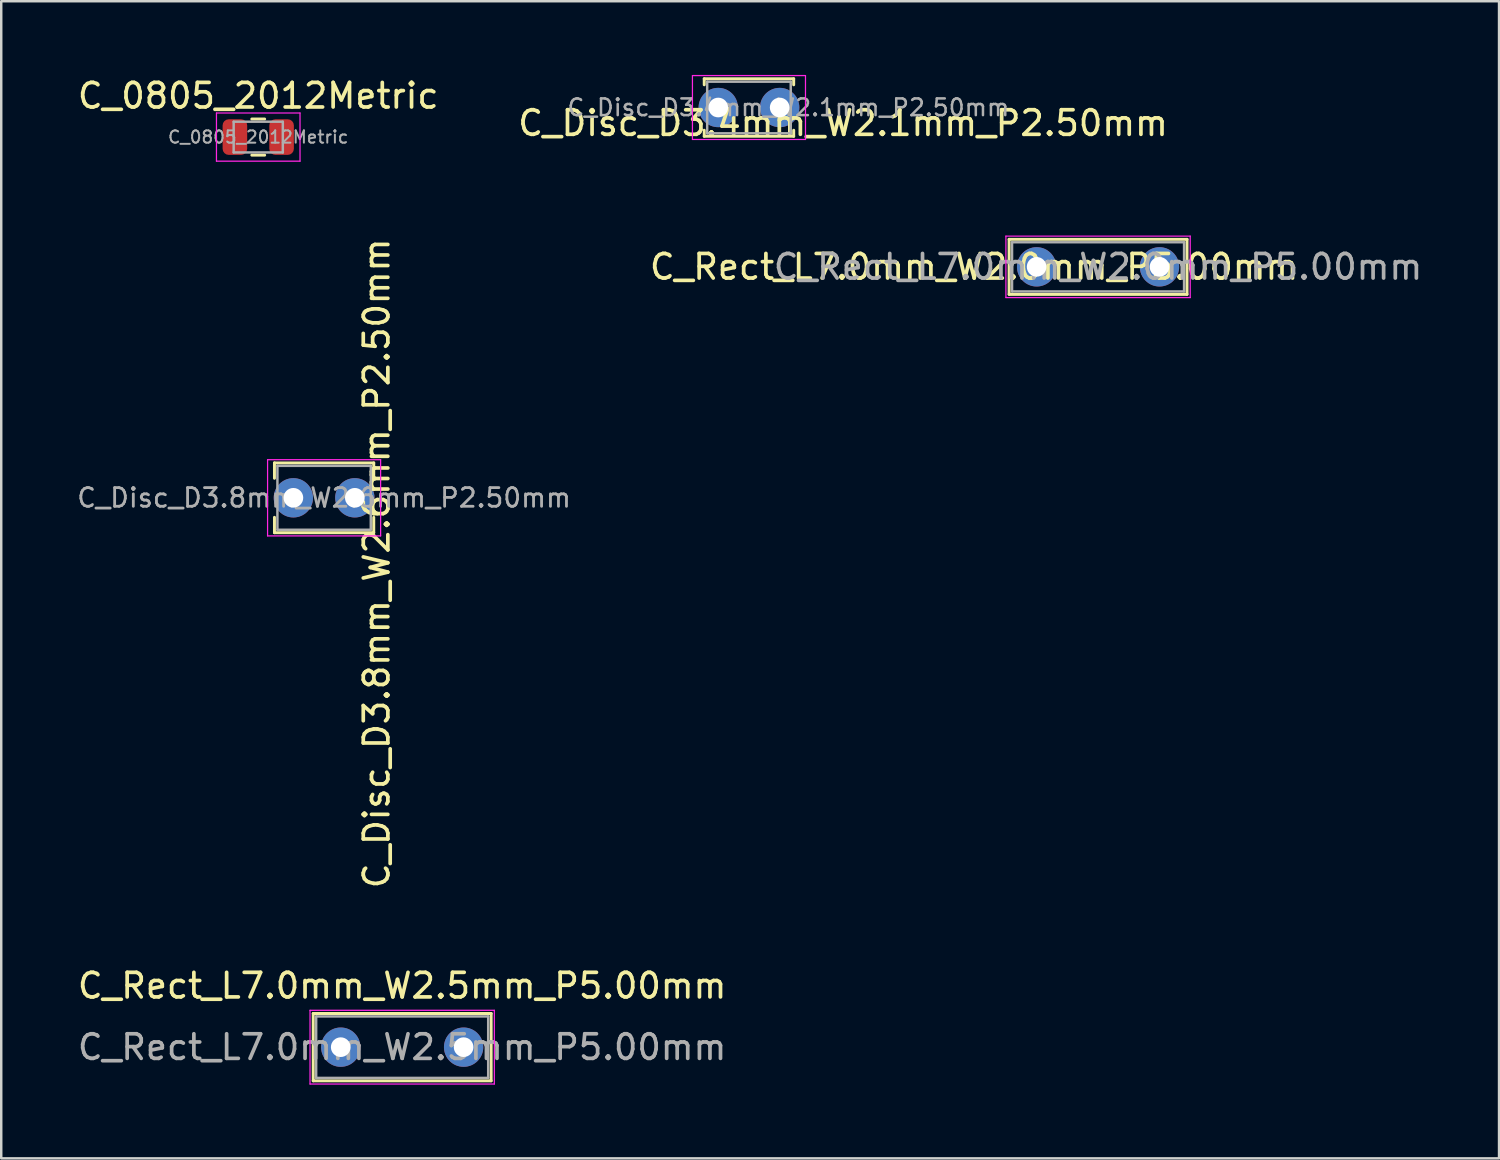
<source format=kicad_pcb>
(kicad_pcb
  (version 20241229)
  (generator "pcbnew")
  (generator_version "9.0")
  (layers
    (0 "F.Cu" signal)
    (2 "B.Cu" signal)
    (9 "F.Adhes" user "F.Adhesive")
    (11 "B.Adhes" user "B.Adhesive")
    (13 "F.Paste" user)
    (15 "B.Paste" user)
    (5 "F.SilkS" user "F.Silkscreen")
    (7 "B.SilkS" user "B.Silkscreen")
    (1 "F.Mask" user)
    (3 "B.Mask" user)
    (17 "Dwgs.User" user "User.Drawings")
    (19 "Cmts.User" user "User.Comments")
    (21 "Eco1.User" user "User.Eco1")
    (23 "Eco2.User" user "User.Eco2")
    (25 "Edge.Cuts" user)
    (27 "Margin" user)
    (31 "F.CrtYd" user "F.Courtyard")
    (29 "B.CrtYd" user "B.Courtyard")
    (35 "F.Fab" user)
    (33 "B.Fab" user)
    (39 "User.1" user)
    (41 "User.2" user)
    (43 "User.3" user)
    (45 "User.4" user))
  (footprint "C_Rect_L7.0mm_W2.0mm_P5.00mm"
    (layer "F.Cu")
    (at 39.131 7.808)
    (property "Reference" "C_Rect_L7.0mm_W2.0mm_P5.00mm" (at -2.54 0 0) (layer "F.SilkS") (effects (font (size 1 1) (thickness 0.15))))
    (attr through_hole)
    (fp_line (start -1.12 -1.12) (end -1.12 1.12) (stroke (width 0.12) (type solid)) (layer "F.SilkS"))
    (fp_line (start -1.12 -1.12) (end 6.12 -1.12) (stroke (width 0.12) (type solid)) (layer "F.SilkS"))
    (fp_line (start -1.12 1.12) (end 6.12 1.12) (stroke (width 0.12) (type solid)) (layer "F.SilkS"))
    (fp_line (start 6.12 -1.12) (end 6.12 1.12) (stroke (width 0.12) (type solid)) (layer "F.SilkS"))
    (fp_line (start -1.25 -1.25) (end -1.25 1.25) (stroke (width 0.05) (type solid)) (layer "F.CrtYd"))
    (fp_line (start -1.25 1.25) (end 6.25 1.25) (stroke (width 0.05) (type solid)) (layer "F.CrtYd"))
    (fp_line (start 6.25 -1.25) (end -1.25 -1.25) (stroke (width 0.05) (type solid)) (layer "F.CrtYd"))
    (fp_line (start 6.25 1.25) (end 6.25 -1.25) (stroke (width 0.05) (type solid)) (layer "F.CrtYd"))
    (fp_line (start -1 -1) (end -1 1) (stroke (width 0.1) (type solid)) (layer "F.Fab"))
    (fp_line (start -1 1) (end 6 1) (stroke (width 0.1) (type solid)) (layer "F.Fab"))
    (fp_line (start 6 -1) (end -1 -1) (stroke (width 0.1) (type solid)) (layer "F.Fab"))
    (fp_line (start 6 1) (end 6 -1) (stroke (width 0.1) (type solid)) (layer "F.Fab"))
    (fp_text user "${REFERENCE}" (at 2.5 0 0) (layer "F.Fab") (effects (font (size 1 1) (thickness 0.15))))
    (pad "1" thru_hole circle (at 0 0) (size 1.6 1.6) (drill 0.8) (layers "*.Cu" "*.Mask"))
    (pad "2" thru_hole circle (at 5 0) (size 1.6 1.6) (drill 0.8) (layers "*.Cu" "*.Mask")))
  (footprint "C_Rect_L7.0mm_W2.5mm_P5.00mm"
    (layer "F.Cu")
    (at 10.815 39.56)
    (property "Reference" "C_Rect_L7.0mm_W2.5mm_P5.00mm" (at 2.5 -2.5 180) (layer "F.SilkS") (effects (font (size 1 1) (thickness 0.15))))
    (attr through_hole)
    (fp_line (start -1.12 -1.37) (end -1.12 1.37) (stroke (width 0.12) (type solid)) (layer "F.SilkS"))
    (fp_line (start -1.12 -1.37) (end 6.12 -1.37) (stroke (width 0.12) (type solid)) (layer "F.SilkS"))
    (fp_line (start -1.12 1.37) (end 6.12 1.37) (stroke (width 0.12) (type solid)) (layer "F.SilkS"))
    (fp_line (start 6.12 -1.37) (end 6.12 1.37) (stroke (width 0.12) (type solid)) (layer "F.SilkS"))
    (fp_line (start -1.25 -1.5) (end -1.25 1.5) (stroke (width 0.05) (type solid)) (layer "F.CrtYd"))
    (fp_line (start -1.25 1.5) (end 6.25 1.5) (stroke (width 0.05) (type solid)) (layer "F.CrtYd"))
    (fp_line (start 6.25 -1.5) (end -1.25 -1.5) (stroke (width 0.05) (type solid)) (layer "F.CrtYd"))
    (fp_line (start 6.25 1.5) (end 6.25 -1.5) (stroke (width 0.05) (type solid)) (layer "F.CrtYd"))
    (fp_line (start -1 -1.25) (end -1 1.25) (stroke (width 0.1) (type solid)) (layer "F.Fab"))
    (fp_line (start -1 1.25) (end 6 1.25) (stroke (width 0.1) (type solid)) (layer "F.Fab"))
    (fp_line (start 6 -1.25) (end -1 -1.25) (stroke (width 0.1) (type solid)) (layer "F.Fab"))
    (fp_line (start 6 1.25) (end 6 -1.25) (stroke (width 0.1) (type solid)) (layer "F.Fab"))
    (fp_text user "${REFERENCE}" (at 2.5 0 180) (layer "F.Fab") (effects (font (size 1 1) (thickness 0.15))))
    (pad "1" thru_hole circle (at 0 0) (size 1.6 1.6) (drill 0.8) (layers "*.Cu" "*.Mask"))
    (pad "2" thru_hole circle (at 5 0) (size 1.6 1.6) (drill 0.8) (layers "*.Cu" "*.Mask")))
  (footprint "C_0805_2012Metric"
    (layer "F.Cu")
    (at 7.458 2.528)
    (property "Reference" "C_0805_2012Metric" (at 0 -1.68 180) (layer "F.SilkS") (effects (font (size 1 1) (thickness 0.15))))
    (attr smd)
    (fp_line (start -0.261 -0.735) (end 0.261 -0.735) (stroke (width 0.12) (type solid)) (layer "F.SilkS"))
    (fp_line (start -0.261 0.735) (end 0.261 0.735) (stroke (width 0.12) (type solid)) (layer "F.SilkS"))
    (fp_line (start -1.7 -0.98) (end 1.7 -0.98) (stroke (width 0.05) (type solid)) (layer "F.CrtYd"))
    (fp_line (start -1.7 0.98) (end -1.7 -0.98) (stroke (width 0.05) (type solid)) (layer "F.CrtYd"))
    (fp_line (start 1.7 -0.98) (end 1.7 0.98) (stroke (width 0.05) (type solid)) (layer "F.CrtYd"))
    (fp_line (start 1.7 0.98) (end -1.7 0.98) (stroke (width 0.05) (type solid)) (layer "F.CrtYd"))
    (fp_line (start -1 -0.625) (end 1 -0.625) (stroke (width 0.1) (type solid)) (layer "F.Fab"))
    (fp_line (start -1 0.625) (end -1 -0.625) (stroke (width 0.1) (type solid)) (layer "F.Fab"))
    (fp_line (start 1 -0.625) (end 1 0.625) (stroke (width 0.1) (type solid)) (layer "F.Fab"))
    (fp_line (start 1 0.625) (end -1 0.625) (stroke (width 0.1) (type solid)) (layer "F.Fab"))
    (fp_text user "${REFERENCE}" (at 0 0 180) (layer "F.Fab") (effects (font (size 0.5 0.5) (thickness 0.08))))
    (pad "1" smd roundrect (at -0.95 0) (size 1 1.45) (layers "F.Cu" "F.Mask" "F.Paste") (roundrect_rratio 0.25))
    (pad "2" smd roundrect (at 0.95 0) (size 1 1.45) (layers "F.Cu" "F.Mask" "F.Paste") (roundrect_rratio 0.25)))
  (footprint "C_Disc_D3.4mm_W2.1mm_P2.50mm"
    (layer "F.Cu")
    (at 26.176 1.325)
    (property "Reference" "C_Disc_D3.4mm_W2.1mm_P2.50mm" (at 5.08 0.635 180) (layer "F.SilkS") (effects (font (size 1 1) (thickness 0.15))))
    (attr through_hole)
    (fp_line (start -0.57 -1.17) (end -0.57 -0.925) (stroke (width 0.12) (type solid)) (layer "F.SilkS"))
    (fp_line (start -0.57 -1.17) (end 3.07 -1.17) (stroke (width 0.12) (type solid)) (layer "F.SilkS"))
    (fp_line (start -0.57 0.925) (end -0.57 1.17) (stroke (width 0.12) (type solid)) (layer "F.SilkS"))
    (fp_line (start -0.57 1.17) (end 3.07 1.17) (stroke (width 0.12) (type solid)) (layer "F.SilkS"))
    (fp_line (start 3.07 -1.17) (end 3.07 -0.925) (stroke (width 0.12) (type solid)) (layer "F.SilkS"))
    (fp_line (start 3.07 0.925) (end 3.07 1.17) (stroke (width 0.12) (type solid)) (layer "F.SilkS"))
    (fp_line (start -1.05 -1.3) (end -1.05 1.3) (stroke (width 0.05) (type solid)) (layer "F.CrtYd"))
    (fp_line (start -1.05 1.3) (end 3.55 1.3) (stroke (width 0.05) (type solid)) (layer "F.CrtYd"))
    (fp_line (start 3.55 -1.3) (end -1.05 -1.3) (stroke (width 0.05) (type solid)) (layer "F.CrtYd"))
    (fp_line (start 3.55 1.3) (end 3.55 -1.3) (stroke (width 0.05) (type solid)) (layer "F.CrtYd"))
    (fp_line (start -0.45 -1.05) (end -0.45 1.05) (stroke (width 0.1) (type solid)) (layer "F.Fab"))
    (fp_line (start -0.45 1.05) (end 2.95 1.05) (stroke (width 0.1) (type solid)) (layer "F.Fab"))
    (fp_line (start 2.95 -1.05) (end -0.45 -1.05) (stroke (width 0.1) (type solid)) (layer "F.Fab"))
    (fp_line (start 2.95 1.05) (end 2.95 -1.05) (stroke (width 0.1) (type solid)) (layer "F.Fab"))
    (fp_text user "${REFERENCE}" (at 2.855 0 180) (layer "F.Fab") (effects (font (size 0.68 0.68) (thickness 0.102))))
    (pad "1" thru_hole circle (at 0 0) (size 1.6 1.6) (drill 0.8) (layers "*.Cu" "*.Mask"))
    (pad "2" thru_hole circle (at 2.5 0) (size 1.6 1.6) (drill 0.8) (layers "*.Cu" "*.Mask")))
  (footprint "C_Disc_D3.8mm_W2.6mm_P2.50mm"
    (layer "F.Cu")
    (at 8.888 17.206)
    (property "Reference" "C_Disc_D3.8mm_W2.6mm_P2.50mm" (at 3.389 2.667 270) (layer "F.SilkS") (effects (font (size 1 1) (thickness 0.15))))
    (attr through_hole)
    (fp_line (start -0.77 -1.42) (end -0.77 -0.795) (stroke (width 0.12) (type solid)) (layer "F.SilkS"))
    (fp_line (start -0.77 -1.42) (end 3.27 -1.42) (stroke (width 0.12) (type solid)) (layer "F.SilkS"))
    (fp_line (start -0.77 0.795) (end -0.77 1.42) (stroke (width 0.12) (type solid)) (layer "F.SilkS"))
    (fp_line (start -0.77 1.42) (end 3.27 1.42) (stroke (width 0.12) (type solid)) (layer "F.SilkS"))
    (fp_line (start 3.27 -1.42) (end 3.27 -0.795) (stroke (width 0.12) (type solid)) (layer "F.SilkS"))
    (fp_line (start 3.27 0.795) (end 3.27 1.42) (stroke (width 0.12) (type solid)) (layer "F.SilkS"))
    (fp_line (start -1.05 -1.55) (end -1.05 1.55) (stroke (width 0.05) (type solid)) (layer "F.CrtYd"))
    (fp_line (start -1.05 1.55) (end 3.55 1.55) (stroke (width 0.05) (type solid)) (layer "F.CrtYd"))
    (fp_line (start 3.55 -1.55) (end -1.05 -1.55) (stroke (width 0.05) (type solid)) (layer "F.CrtYd"))
    (fp_line (start 3.55 1.55) (end 3.55 -1.55) (stroke (width 0.05) (type solid)) (layer "F.CrtYd"))
    (fp_line (start -0.65 -1.3) (end -0.65 1.3) (stroke (width 0.1) (type solid)) (layer "F.Fab"))
    (fp_line (start -0.65 1.3) (end 3.15 1.3) (stroke (width 0.1) (type solid)) (layer "F.Fab"))
    (fp_line (start 3.15 -1.3) (end -0.65 -1.3) (stroke (width 0.1) (type solid)) (layer "F.Fab"))
    (fp_line (start 3.15 1.3) (end 3.15 -1.3) (stroke (width 0.1) (type solid)) (layer "F.Fab"))
    (fp_text user "${REFERENCE}" (at 1.25 0 180) (layer "F.Fab") (effects (font (size 0.76 0.76) (thickness 0.114))))
    (pad "1" thru_hole circle (at 0 0) (size 1.6 1.6) (drill 0.8) (layers "*.Cu" "*.Mask"))
    (pad "2" thru_hole circle (at 2.5 0) (size 1.6 1.6) (drill 0.8) (layers "*.Cu" "*.Mask")))
  (gr_rect
    (start -3 -3)
    (end 57.947 44.085)
    (stroke (width 0.1) (type default))
    (fill no)
    (layer "Edge.Cuts")))
</source>
